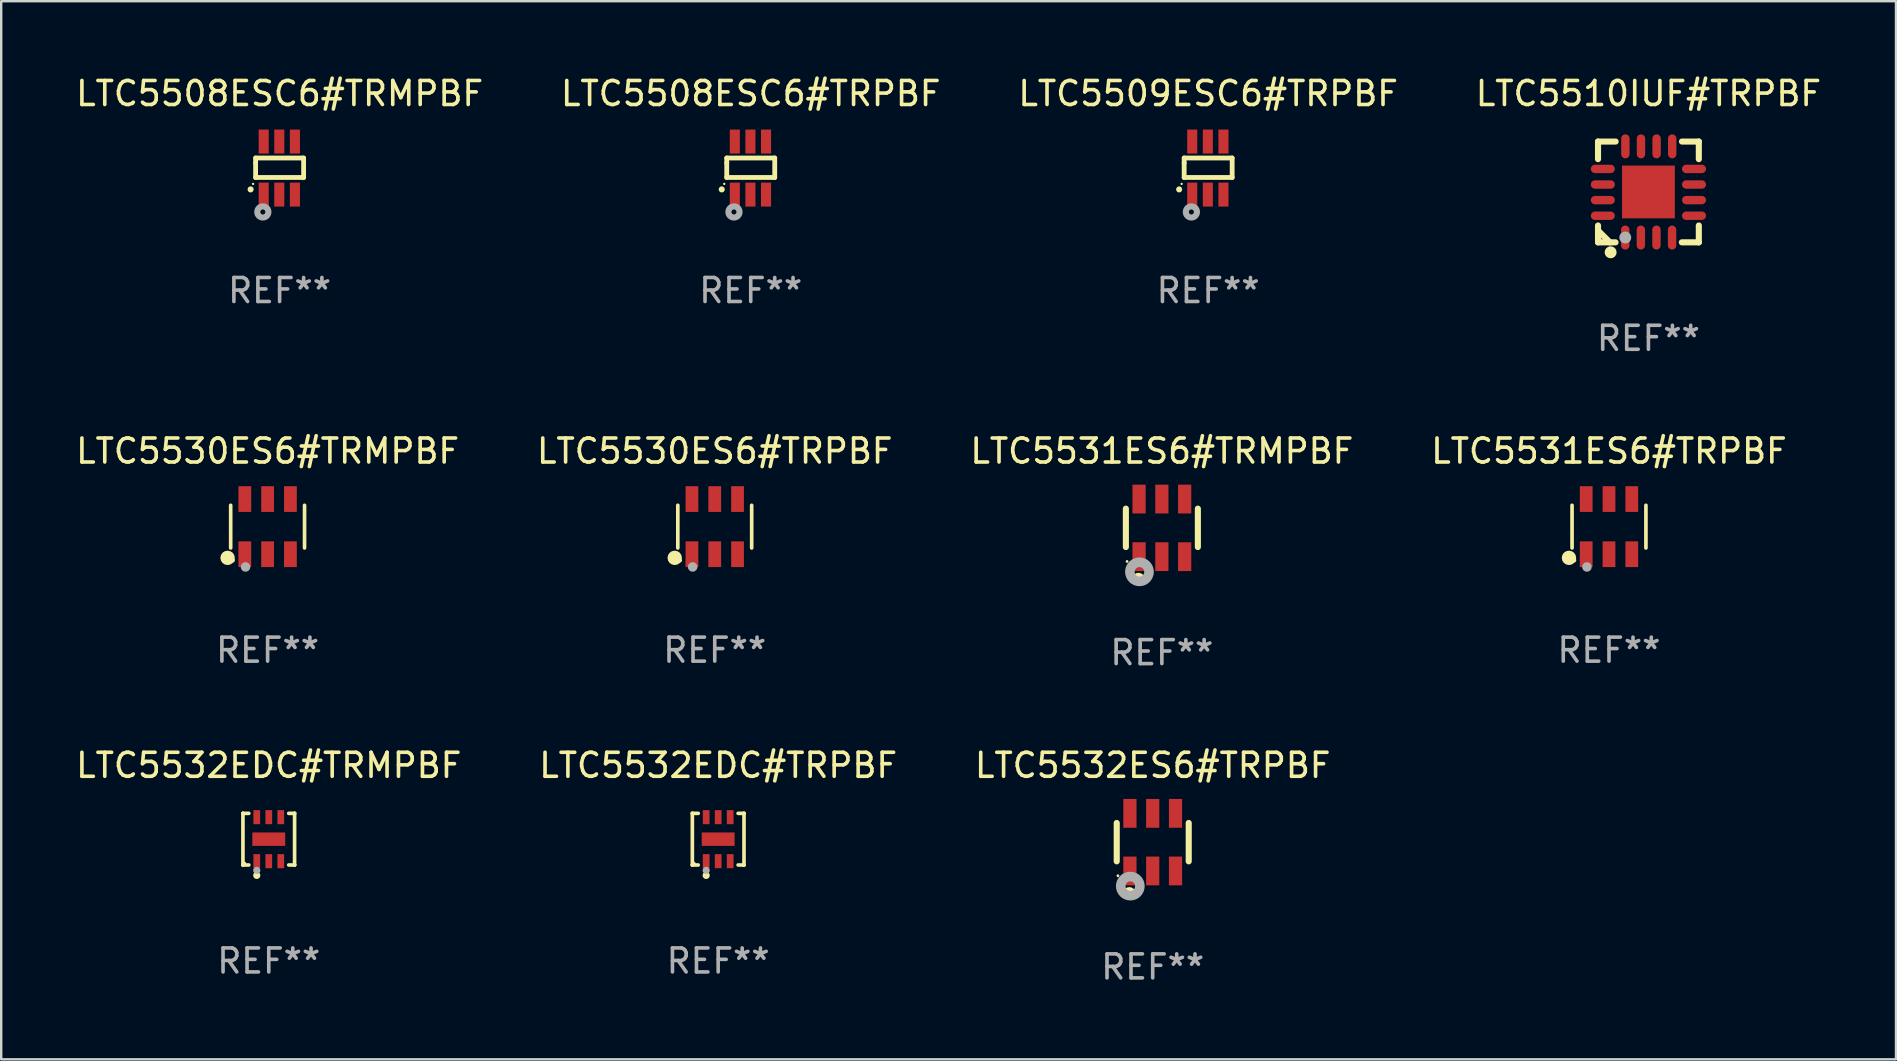
<source format=kicad_pcb>
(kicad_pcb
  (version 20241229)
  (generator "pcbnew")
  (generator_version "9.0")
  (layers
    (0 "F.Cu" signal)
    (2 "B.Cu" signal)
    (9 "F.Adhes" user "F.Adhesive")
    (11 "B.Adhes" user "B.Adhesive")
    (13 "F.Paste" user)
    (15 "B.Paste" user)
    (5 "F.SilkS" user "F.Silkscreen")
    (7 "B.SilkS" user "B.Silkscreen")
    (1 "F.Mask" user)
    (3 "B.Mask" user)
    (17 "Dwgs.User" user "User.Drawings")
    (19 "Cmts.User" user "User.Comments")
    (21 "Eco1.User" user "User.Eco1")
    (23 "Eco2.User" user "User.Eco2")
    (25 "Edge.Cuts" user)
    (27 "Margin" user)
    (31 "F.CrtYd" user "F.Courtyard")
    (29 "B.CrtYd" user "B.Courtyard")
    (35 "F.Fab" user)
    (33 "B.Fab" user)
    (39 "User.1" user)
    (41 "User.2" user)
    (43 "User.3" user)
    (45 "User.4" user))
  (footprint "LTC5532ES6#TRPBF"
    (layer "F.Cu")
    (at 44.982 32.041)
    (property "Reference" "LTC5532ES6#TRPBF" (at 0 -3.2 0) (layer "F.SilkS") (effects (font (size 1 1) (thickness 0.15))))
    (attr through_hole)
    (fp_line (start -1.5 0.8) (end -1.5 -0.8) (stroke (width 0.254) (type solid)) (layer "F.SilkS"))
    (fp_line (start 1.5 -0.8) (end 1.5 0.8) (stroke (width 0.254) (type solid)) (layer "F.SilkS"))
    (fp_circle (center -1.45 1.4) (end -1.42 1.4) (stroke (width 0.06) (type solid)) (fill no) (layer "F.SilkS"))
    (fp_circle (center -0.975 2.125) (end -0.848 2.125) (stroke (width 0.254) (type solid)) (fill no) (layer "F.SilkS"))
    (fp_circle (center -0.934 1.832) (end -0.735 1.832) (stroke (width 0.4) (type solid)) (fill no) (layer "F.Fab"))
    (fp_text user "REF**" (at 0 5.2 0) (layer "F.Fab") (effects (font (size 1 1) (thickness 0.15))))
    (pad "1" smd rect (at -0.95 1.2) (size 0.55 1.2) (layers "F.Cu" "F.Mask" "F.Paste"))
    (pad "2" smd rect (at 0 1.2) (size 0.55 1.2) (layers "F.Cu" "F.Mask" "F.Paste"))
    (pad "3" smd rect (at 0.95 1.2) (size 0.55 1.2) (layers "F.Cu" "F.Mask" "F.Paste"))
    (pad "4" smd rect (at 0.95 -1.2) (size 0.55 1.2) (layers "F.Cu" "F.Mask" "F.Paste"))
    (pad "5" smd rect (at 0 -1.2) (size 0.55 1.2) (layers "F.Cu" "F.Mask" "F.Paste"))
    (pad "6" smd rect (at -0.95 -1.2) (size 0.55 1.2) (layers "F.Cu" "F.Mask" "F.Paste")))
  (footprint "LTC5508ESC6#TRMPBF"
    (layer "F.Cu")
    (at 8.601 3.953)
    (property "Reference" "LTC5508ESC6#TRMPBF" (at 0 -3.105 0) (layer "F.SilkS") (effects (font (size 1 1) (thickness 0.15))))
    (attr through_hole)
    (fp_line (start -1 -0.419) (end -1 -0.213) (stroke (width 0.2) (type solid)) (layer "F.SilkS"))
    (fp_line (start -1 -0.213) (end -1 0.393) (stroke (width 0.2) (type solid)) (layer "F.SilkS"))
    (fp_line (start -1 0.393) (end 1 0.393) (stroke (width 0.2) (type solid)) (layer "F.SilkS"))
    (fp_line (start 1 -0.419) (end -1 -0.419) (stroke (width 0.2) (type solid)) (layer "F.SilkS"))
    (fp_line (start 1 0.393) (end 1 -0.419) (stroke (width 0.2) (type solid)) (layer "F.SilkS"))
    (fp_arc (start -1.208509 0.890272) (mid -1.208515 0.889002) (end -1.208509 0.887732) (stroke (width 0.25) (type solid)) (layer "F.SilkS"))
    (fp_circle (center -1.105 0.66) (end -1.08 0.66) (stroke (width 0.05) (type solid)) (fill no) (layer "F.SilkS"))
    (fp_circle (center -0.699 1.829) (end -0.594 1.829) (stroke (width 0.254) (type solid)) (fill no) (layer "F.Fab"))
    (fp_text user "REF**" (at 0 5.105 0) (layer "F.Fab") (effects (font (size 1 1) (thickness 0.15))))
    (pad "1" smd rect (at -0.663 1.105) (size 0.42 1) (layers "F.Cu" "F.Mask" "F.Paste"))
    (pad "2" smd rect (at -0.013 1.105) (size 0.42 1) (layers "F.Cu" "F.Mask" "F.Paste"))
    (pad "3" smd rect (at 0.637 1.105) (size 0.42 1) (layers "F.Cu" "F.Mask" "F.Paste"))
    (pad "4" smd rect (at 0.637 -1.105 180) (size 0.42 1) (layers "F.Cu" "F.Mask" "F.Paste"))
    (pad "5" smd rect (at -0.013 -1.105 180) (size 0.42 1) (layers "F.Cu" "F.Mask" "F.Paste"))
    (pad "6" smd rect (at -0.663 -1.105 180) (size 0.42 1) (layers "F.Cu" "F.Mask" "F.Paste")))
  (footprint "LTC5530ES6#TRMPBF"
    (layer "F.Cu")
    (at 8.101 18.894)
    (property "Reference" "LTC5530ES6#TRMPBF" (at 0 -3.149 0) (layer "F.SilkS") (effects (font (size 1 1) (thickness 0.15))))
    (attr through_hole)
    (fp_line (start -1.539 0.889) (end -1.539 -0.889) (stroke (width 0.152) (type solid)) (layer "F.SilkS"))
    (fp_line (start 1.539 0.889) (end 1.539 -0.889) (stroke (width 0.152) (type solid)) (layer "F.SilkS"))
    (fp_circle (center -1.668 1.301) (end -1.518 1.301) (stroke (width 0.3) (type solid)) (fill no) (layer "F.SilkS"))
    (fp_circle (center -1.463 1.4) (end -1.413 1.4) (stroke (width 0.1) (type solid)) (fill no) (layer "F.SilkS"))
    (fp_circle (center -0.92 1.68) (end -0.82 1.68) (stroke (width 0.2) (type solid)) (fill no) (layer "F.Fab"))
    (fp_text user "REF**" (at 0 5.149 0) (layer "F.Fab") (effects (font (size 1 1) (thickness 0.15))))
    (pad "1" smd rect (at -0.95 1.149) (size 0.532 1.072) (layers "F.Cu" "F.Mask" "F.Paste"))
    (pad "2" smd rect (at 0 1.149) (size 0.532 1.072) (layers "F.Cu" "F.Mask" "F.Paste"))
    (pad "3" smd rect (at 0.95 1.149) (size 0.532 1.072) (layers "F.Cu" "F.Mask" "F.Paste"))
    (pad "4" smd rect (at 0.95 -1.149) (size 0.532 1.072) (layers "F.Cu" "F.Mask" "F.Paste"))
    (pad "5" smd rect (at 0 -1.149) (size 0.532 1.072) (layers "F.Cu" "F.Mask" "F.Paste"))
    (pad "6" smd rect (at -0.95 -1.149) (size 0.532 1.072) (layers "F.Cu" "F.Mask" "F.Paste")))
  (footprint "LTC5531ES6#TRPBF"
    (layer "F.Cu")
    (at 63.994 18.894)
    (property "Reference" "LTC5531ES6#TRPBF" (at 0 -3.149 0) (layer "F.SilkS") (effects (font (size 1 1) (thickness 0.15))))
    (attr through_hole)
    (fp_line (start -1.539 0.889) (end -1.539 -0.889) (stroke (width 0.152) (type solid)) (layer "F.SilkS"))
    (fp_line (start 1.539 0.889) (end 1.539 -0.889) (stroke (width 0.152) (type solid)) (layer "F.SilkS"))
    (fp_circle (center -1.668 1.301) (end -1.518 1.301) (stroke (width 0.3) (type solid)) (fill no) (layer "F.SilkS"))
    (fp_circle (center -1.463 1.4) (end -1.413 1.4) (stroke (width 0.1) (type solid)) (fill no) (layer "F.SilkS"))
    (fp_circle (center -0.92 1.68) (end -0.82 1.68) (stroke (width 0.2) (type solid)) (fill no) (layer "F.Fab"))
    (fp_text user "REF**" (at 0 5.149 0) (layer "F.Fab") (effects (font (size 1 1) (thickness 0.15))))
    (pad "1" smd rect (at -0.95 1.149) (size 0.532 1.072) (layers "F.Cu" "F.Mask" "F.Paste"))
    (pad "2" smd rect (at 0 1.149) (size 0.532 1.072) (layers "F.Cu" "F.Mask" "F.Paste"))
    (pad "3" smd rect (at 0.95 1.149) (size 0.532 1.072) (layers "F.Cu" "F.Mask" "F.Paste"))
    (pad "4" smd rect (at 0.95 -1.149) (size 0.532 1.072) (layers "F.Cu" "F.Mask" "F.Paste"))
    (pad "5" smd rect (at 0 -1.149) (size 0.532 1.072) (layers "F.Cu" "F.Mask" "F.Paste"))
    (pad "6" smd rect (at -0.95 -1.149) (size 0.532 1.072) (layers "F.Cu" "F.Mask" "F.Paste")))
  (footprint "LTC5508ESC6#TRPBF"
    (layer "F.Cu")
    (at 28.232 3.953)
    (property "Reference" "LTC5508ESC6#TRPBF" (at 0 -3.105 0) (layer "F.SilkS") (effects (font (size 1 1) (thickness 0.15))))
    (attr through_hole)
    (fp_line (start -1 -0.419) (end -1 -0.213) (stroke (width 0.2) (type solid)) (layer "F.SilkS"))
    (fp_line (start -1 -0.213) (end -1 0.393) (stroke (width 0.2) (type solid)) (layer "F.SilkS"))
    (fp_line (start -1 0.393) (end 1 0.393) (stroke (width 0.2) (type solid)) (layer "F.SilkS"))
    (fp_line (start 1 -0.419) (end -1 -0.419) (stroke (width 0.2) (type solid)) (layer "F.SilkS"))
    (fp_line (start 1 0.393) (end 1 -0.419) (stroke (width 0.2) (type solid)) (layer "F.SilkS"))
    (fp_arc (start -1.208509 0.890272) (mid -1.208515 0.889002) (end -1.208509 0.887732) (stroke (width 0.25) (type solid)) (layer "F.SilkS"))
    (fp_circle (center -1.105 0.66) (end -1.08 0.66) (stroke (width 0.05) (type solid)) (fill no) (layer "F.SilkS"))
    (fp_circle (center -0.699 1.829) (end -0.594 1.829) (stroke (width 0.254) (type solid)) (fill no) (layer "F.Fab"))
    (fp_text user "REF**" (at 0 5.105 0) (layer "F.Fab") (effects (font (size 1 1) (thickness 0.15))))
    (pad "1" smd rect (at -0.663 1.105) (size 0.42 1) (layers "F.Cu" "F.Mask" "F.Paste"))
    (pad "2" smd rect (at -0.013 1.105) (size 0.42 1) (layers "F.Cu" "F.Mask" "F.Paste"))
    (pad "3" smd rect (at 0.637 1.105) (size 0.42 1) (layers "F.Cu" "F.Mask" "F.Paste"))
    (pad "4" smd rect (at 0.637 -1.105 180) (size 0.42 1) (layers "F.Cu" "F.Mask" "F.Paste"))
    (pad "5" smd rect (at -0.013 -1.105 180) (size 0.42 1) (layers "F.Cu" "F.Mask" "F.Paste"))
    (pad "6" smd rect (at -0.663 -1.105 180) (size 0.42 1) (layers "F.Cu" "F.Mask" "F.Paste")))
  (footprint "LTC5530ES6#TRPBF"
    (layer "F.Cu")
    (at 26.732 18.894)
    (property "Reference" "LTC5530ES6#TRPBF" (at 0 -3.149 0) (layer "F.SilkS") (effects (font (size 1 1) (thickness 0.15))))
    (attr through_hole)
    (fp_line (start -1.539 0.889) (end -1.539 -0.889) (stroke (width 0.152) (type solid)) (layer "F.SilkS"))
    (fp_line (start 1.539 0.889) (end 1.539 -0.889) (stroke (width 0.152) (type solid)) (layer "F.SilkS"))
    (fp_circle (center -1.668 1.301) (end -1.518 1.301) (stroke (width 0.3) (type solid)) (fill no) (layer "F.SilkS"))
    (fp_circle (center -1.463 1.4) (end -1.413 1.4) (stroke (width 0.1) (type solid)) (fill no) (layer "F.SilkS"))
    (fp_circle (center -0.92 1.68) (end -0.82 1.68) (stroke (width 0.2) (type solid)) (fill no) (layer "F.Fab"))
    (fp_text user "REF**" (at 0 5.149 0) (layer "F.Fab") (effects (font (size 1 1) (thickness 0.15))))
    (pad "1" smd rect (at -0.95 1.149) (size 0.532 1.072) (layers "F.Cu" "F.Mask" "F.Paste"))
    (pad "2" smd rect (at 0 1.149) (size 0.532 1.072) (layers "F.Cu" "F.Mask" "F.Paste"))
    (pad "3" smd rect (at 0.95 1.149) (size 0.532 1.072) (layers "F.Cu" "F.Mask" "F.Paste"))
    (pad "4" smd rect (at 0.95 -1.149) (size 0.532 1.072) (layers "F.Cu" "F.Mask" "F.Paste"))
    (pad "5" smd rect (at 0 -1.149) (size 0.532 1.072) (layers "F.Cu" "F.Mask" "F.Paste"))
    (pad "6" smd rect (at -0.95 -1.149) (size 0.532 1.072) (layers "F.Cu" "F.Mask" "F.Paste")))
  (footprint "LTC5531ES6#TRMPBF"
    (layer "F.Cu")
    (at 45.363 18.945)
    (property "Reference" "LTC5531ES6#TRMPBF" (at 0 -3.2 0) (layer "F.SilkS") (effects (font (size 1 1) (thickness 0.15))))
    (attr through_hole)
    (fp_line (start -1.5 0.8) (end -1.5 -0.8) (stroke (width 0.254) (type solid)) (layer "F.SilkS"))
    (fp_line (start 1.5 -0.8) (end 1.5 0.8) (stroke (width 0.254) (type solid)) (layer "F.SilkS"))
    (fp_circle (center -1.45 1.4) (end -1.42 1.4) (stroke (width 0.06) (type solid)) (fill no) (layer "F.SilkS"))
    (fp_circle (center -0.975 2.125) (end -0.848 2.125) (stroke (width 0.254) (type solid)) (fill no) (layer "F.SilkS"))
    (fp_circle (center -0.934 1.832) (end -0.735 1.832) (stroke (width 0.4) (type solid)) (fill no) (layer "F.Fab"))
    (fp_text user "REF**" (at 0 5.2 0) (layer "F.Fab") (effects (font (size 1 1) (thickness 0.15))))
    (pad "1" smd rect (at -0.95 1.2) (size 0.55 1.2) (layers "F.Cu" "F.Mask" "F.Paste"))
    (pad "2" smd rect (at 0 1.2) (size 0.55 1.2) (layers "F.Cu" "F.Mask" "F.Paste"))
    (pad "3" smd rect (at 0.95 1.2) (size 0.55 1.2) (layers "F.Cu" "F.Mask" "F.Paste"))
    (pad "4" smd rect (at 0.95 -1.2) (size 0.55 1.2) (layers "F.Cu" "F.Mask" "F.Paste"))
    (pad "5" smd rect (at 0 -1.2) (size 0.55 1.2) (layers "F.Cu" "F.Mask" "F.Paste"))
    (pad "6" smd rect (at -0.95 -1.2) (size 0.55 1.2) (layers "F.Cu" "F.Mask" "F.Paste")))
  (footprint "LTC5532EDC#TRPBF"
    (layer "F.Cu")
    (at 26.875 31.917)
    (property "Reference" "LTC5532EDC#TRPBF" (at 0 -3.076 0) (layer "F.SilkS") (effects (font (size 1 1) (thickness 0.15))))
    (attr through_hole)
    (fp_line (start -1.076 -1.076) (end -1.076 -1.076) (stroke (width 0.152) (type solid)) (layer "F.SilkS"))
    (fp_line (start -1.076 -1.076) (end -0.831 -1.076) (stroke (width 0.152) (type solid)) (layer "F.SilkS"))
    (fp_line (start -1.076 1.076) (end -1.076 -1.076) (stroke (width 0.152) (type solid)) (layer "F.SilkS"))
    (fp_line (start -1.076 1.076) (end -1.076 1.076) (stroke (width 0.152) (type solid)) (layer "F.SilkS"))
    (fp_line (start -0.831 1.076) (end -1.076 1.076) (stroke (width 0.152) (type solid)) (layer "F.SilkS"))
    (fp_line (start 0.831 1.076) (end 1.076 1.076) (stroke (width 0.152) (type solid)) (layer "F.SilkS"))
    (fp_line (start 1.076 -1.076) (end 0.831 -1.076) (stroke (width 0.152) (type solid)) (layer "F.SilkS"))
    (fp_line (start 1.076 -1.076) (end 1.076 -1.076) (stroke (width 0.152) (type solid)) (layer "F.SilkS"))
    (fp_line (start 1.076 1.076) (end 1.076 -1.076) (stroke (width 0.152) (type solid)) (layer "F.SilkS"))
    (fp_line (start 1.076 1.076) (end 1.076 1.076) (stroke (width 0.152) (type solid)) (layer "F.SilkS"))
    (fp_circle (center -1 1) (end -0.97 1) (stroke (width 0.06) (type solid)) (fill no) (layer "F.SilkS"))
    (fp_circle (center -0.5 1.51) (end -0.425 1.51) (stroke (width 0.15) (type solid)) (fill no) (layer "F.SilkS"))
    (fp_circle (center -0.5 1.3) (end -0.425 1.3) (stroke (width 0.15) (type solid)) (fill no) (layer "F.Fab"))
    (fp_text user "REF**" (at 0 5.076 0) (layer "F.Fab") (effects (font (size 1 1) (thickness 0.15))))
    (pad "1" smd rect (at -0.5 0.917) (size 0.28 0.585) (layers "F.Cu" "F.Mask" "F.Paste"))
    (pad "2" smd rect (at 0 0.917) (size 0.28 0.585) (layers "F.Cu" "F.Mask" "F.Paste"))
    (pad "3" smd rect (at 0.5 0.917) (size 0.28 0.585) (layers "F.Cu" "F.Mask" "F.Paste"))
    (pad "4" smd rect (at 0.5 -0.917) (size 0.28 0.585) (layers "F.Cu" "F.Mask" "F.Paste"))
    (pad "5" smd rect (at 0 -0.917) (size 0.28 0.585) (layers "F.Cu" "F.Mask" "F.Paste"))
    (pad "6" smd rect (at -0.5 -0.917) (size 0.28 0.585) (layers "F.Cu" "F.Mask" "F.Paste"))
    (pad "7" smd rect (at 0 0) (size 1.37 0.56) (layers "F.Cu" "F.Mask" "F.Paste")))
  (footprint "LTC5532EDC#TRMPBF"
    (layer "F.Cu")
    (at 8.149 31.917)
    (property "Reference" "LTC5532EDC#TRMPBF" (at 0 -3.076 0) (layer "F.SilkS") (effects (font (size 1 1) (thickness 0.15))))
    (attr through_hole)
    (fp_line (start -1.076 -1.076) (end -1.076 -1.076) (stroke (width 0.152) (type solid)) (layer "F.SilkS"))
    (fp_line (start -1.076 -1.076) (end -0.831 -1.076) (stroke (width 0.152) (type solid)) (layer "F.SilkS"))
    (fp_line (start -1.076 1.076) (end -1.076 -1.076) (stroke (width 0.152) (type solid)) (layer "F.SilkS"))
    (fp_line (start -1.076 1.076) (end -1.076 1.076) (stroke (width 0.152) (type solid)) (layer "F.SilkS"))
    (fp_line (start -0.831 1.076) (end -1.076 1.076) (stroke (width 0.152) (type solid)) (layer "F.SilkS"))
    (fp_line (start 0.831 1.076) (end 1.076 1.076) (stroke (width 0.152) (type solid)) (layer "F.SilkS"))
    (fp_line (start 1.076 -1.076) (end 0.831 -1.076) (stroke (width 0.152) (type solid)) (layer "F.SilkS"))
    (fp_line (start 1.076 -1.076) (end 1.076 -1.076) (stroke (width 0.152) (type solid)) (layer "F.SilkS"))
    (fp_line (start 1.076 1.076) (end 1.076 -1.076) (stroke (width 0.152) (type solid)) (layer "F.SilkS"))
    (fp_line (start 1.076 1.076) (end 1.076 1.076) (stroke (width 0.152) (type solid)) (layer "F.SilkS"))
    (fp_circle (center -1 1) (end -0.97 1) (stroke (width 0.06) (type solid)) (fill no) (layer "F.SilkS"))
    (fp_circle (center -0.5 1.51) (end -0.425 1.51) (stroke (width 0.15) (type solid)) (fill no) (layer "F.SilkS"))
    (fp_circle (center -0.5 1.3) (end -0.425 1.3) (stroke (width 0.15) (type solid)) (fill no) (layer "F.Fab"))
    (fp_text user "REF**" (at 0 5.076 0) (layer "F.Fab") (effects (font (size 1 1) (thickness 0.15))))
    (pad "1" smd rect (at -0.5 0.917) (size 0.28 0.585) (layers "F.Cu" "F.Mask" "F.Paste"))
    (pad "2" smd rect (at 0 0.917) (size 0.28 0.585) (layers "F.Cu" "F.Mask" "F.Paste"))
    (pad "3" smd rect (at 0.5 0.917) (size 0.28 0.585) (layers "F.Cu" "F.Mask" "F.Paste"))
    (pad "4" smd rect (at 0.5 -0.917) (size 0.28 0.585) (layers "F.Cu" "F.Mask" "F.Paste"))
    (pad "5" smd rect (at 0 -0.917) (size 0.28 0.585) (layers "F.Cu" "F.Mask" "F.Paste"))
    (pad "6" smd rect (at -0.5 -0.917) (size 0.28 0.585) (layers "F.Cu" "F.Mask" "F.Paste"))
    (pad "7" smd rect (at 0 0) (size 1.37 0.56) (layers "F.Cu" "F.Mask" "F.Paste")))
  (footprint "LTC5510IUF#TRPBF"
    (layer "F.Cu")
    (at 65.637 4.948)
    (property "Reference" "LTC5510IUF#TRPBF" (at 0 -4.1 0) (layer "F.SilkS") (effects (font (size 1 1) (thickness 0.15))))
    (attr through_hole)
    (fp_line (start -2.1 -2.1) (end -1.366 -2.1) (stroke (width 0.254) (type solid)) (layer "F.SilkS"))
    (fp_line (start -2.1 -1.366) (end -2.1 -2.1) (stroke (width 0.254) (type solid)) (layer "F.SilkS"))
    (fp_line (start -2.1 1.572) (end -2.1 1.607) (stroke (width 0.254) (type solid)) (layer "F.SilkS"))
    (fp_line (start -2.1 1.607) (end -1.607 2.1) (stroke (width 0.254) (type solid)) (layer "F.SilkS"))
    (fp_line (start -2.1 2.1) (end -2.1 1.397) (stroke (width 0.254) (type solid)) (layer "F.SilkS"))
    (fp_line (start -2.1 2.1) (end -1.371 2.1) (stroke (width 0.254) (type solid)) (layer "F.SilkS"))
    (fp_line (start 1.392 2.1) (end 2.1 2.1) (stroke (width 0.254) (type solid)) (layer "F.SilkS"))
    (fp_line (start 1.397 -2.1) (end 2.1 -2.1) (stroke (width 0.254) (type solid)) (layer "F.SilkS"))
    (fp_line (start 2.1 -1.366) (end 2.1 -2.1) (stroke (width 0.254) (type solid)) (layer "F.SilkS"))
    (fp_line (start 2.1 2.1) (end 2.1 1.397) (stroke (width 0.254) (type solid)) (layer "F.SilkS"))
    (fp_circle (center -2 2) (end -1.97 2) (stroke (width 0.06) (type solid)) (fill no) (layer "F.SilkS"))
    (fp_circle (center -1.575 2.515) (end -1.45 2.515) (stroke (width 0.25) (type solid)) (fill no) (layer "F.SilkS"))
    (fp_circle (center -0.965 1.9) (end -0.84 1.9) (stroke (width 0.25) (type solid)) (fill no) (layer "F.Fab"))
    (fp_text user "REF**" (at 0 6.1 0) (layer "F.Fab") (effects (font (size 1 1) (thickness 0.15))))
    (pad "1" smd oval (at -0.965 1.9) (size 0.35 1) (layers "F.Cu" "F.Mask" "F.Paste"))
    (pad "2" smd oval (at -0.315 1.9) (size 0.35 1) (layers "F.Cu" "F.Mask" "F.Paste"))
    (pad "3" smd oval (at 0.335 1.9) (size 0.35 1) (layers "F.Cu" "F.Mask" "F.Paste"))
    (pad "4" smd oval (at 0.986 1.9) (size 0.35 1) (layers "F.Cu" "F.Mask" "F.Paste"))
    (pad "5" smd oval (at 1.9 0.991) (size 1 0.35) (layers "F.Cu" "F.Mask" "F.Paste"))
    (pad "6" smd oval (at 1.9 0.34) (size 1 0.35) (layers "F.Cu" "F.Mask" "F.Paste"))
    (pad "7" smd oval (at 1.9 -0.31) (size 1 0.35) (layers "F.Cu" "F.Mask" "F.Paste"))
    (pad "8" smd oval (at 1.9 -0.96) (size 1 0.35) (layers "F.Cu" "F.Mask" "F.Paste"))
    (pad "9" smd oval (at 0.991 -1.9) (size 0.35 1) (layers "F.Cu" "F.Mask" "F.Paste"))
    (pad "10" smd oval (at 0.34 -1.9) (size 0.35 1) (layers "F.Cu" "F.Mask" "F.Paste"))
    (pad "11" smd oval (at -0.31 -1.9) (size 0.35 1) (layers "F.Cu" "F.Mask" "F.Paste"))
    (pad "12" smd oval (at -0.96 -1.9) (size 0.35 1) (layers "F.Cu" "F.Mask" "F.Paste"))
    (pad "13" smd oval (at -1.9 -0.96) (size 1 0.35) (layers "F.Cu" "F.Mask" "F.Paste"))
    (pad "14" smd oval (at -1.9 -0.31) (size 1 0.35) (layers "F.Cu" "F.Mask" "F.Paste"))
    (pad "15" smd oval (at -1.9 0.34) (size 1 0.35) (layers "F.Cu" "F.Mask" "F.Paste"))
    (pad "16" smd oval (at -1.9 0.991) (size 1 0.35) (layers "F.Cu" "F.Mask" "F.Paste"))
    (pad "17" smd rect (at 0 0) (size 2.2 2.2) (layers "F.Cu" "F.Mask" "F.Paste")))
  (footprint "LTC5509ESC6#TRPBF"
    (layer "F.Cu")
    (at 47.292 3.953)
    (property "Reference" "LTC5509ESC6#TRPBF" (at 0 -3.105 0) (layer "F.SilkS") (effects (font (size 1 1) (thickness 0.15))))
    (attr through_hole)
    (fp_line (start -1 -0.419) (end -1 -0.213) (stroke (width 0.2) (type solid)) (layer "F.SilkS"))
    (fp_line (start -1 -0.213) (end -1 0.393) (stroke (width 0.2) (type solid)) (layer "F.SilkS"))
    (fp_line (start -1 0.393) (end 1 0.393) (stroke (width 0.2) (type solid)) (layer "F.SilkS"))
    (fp_line (start 1 -0.419) (end -1 -0.419) (stroke (width 0.2) (type solid)) (layer "F.SilkS"))
    (fp_line (start 1 0.393) (end 1 -0.419) (stroke (width 0.2) (type solid)) (layer "F.SilkS"))
    (fp_arc (start -1.208509 0.890272) (mid -1.208515 0.889002) (end -1.208509 0.887732) (stroke (width 0.25) (type solid)) (layer "F.SilkS"))
    (fp_circle (center -1.105 0.66) (end -1.08 0.66) (stroke (width 0.05) (type solid)) (fill no) (layer "F.SilkS"))
    (fp_circle (center -0.699 1.829) (end -0.594 1.829) (stroke (width 0.254) (type solid)) (fill no) (layer "F.Fab"))
    (fp_text user "REF**" (at 0 5.105 0) (layer "F.Fab") (effects (font (size 1 1) (thickness 0.15))))
    (pad "1" smd rect (at -0.663 1.105) (size 0.42 1) (layers "F.Cu" "F.Mask" "F.Paste"))
    (pad "2" smd rect (at -0.013 1.105) (size 0.42 1) (layers "F.Cu" "F.Mask" "F.Paste"))
    (pad "3" smd rect (at 0.637 1.105) (size 0.42 1) (layers "F.Cu" "F.Mask" "F.Paste"))
    (pad "4" smd rect (at 0.637 -1.105 180) (size 0.42 1) (layers "F.Cu" "F.Mask" "F.Paste"))
    (pad "5" smd rect (at -0.013 -1.105 180) (size 0.42 1) (layers "F.Cu" "F.Mask" "F.Paste"))
    (pad "6" smd rect (at -0.663 -1.105 180) (size 0.42 1) (layers "F.Cu" "F.Mask" "F.Paste")))
  (gr_rect
    (start -3 -3)
    (end 75.952 41.09)
    (stroke (width 0.1) (type default))
    (fill no)
    (layer "Edge.Cuts")))
</source>
